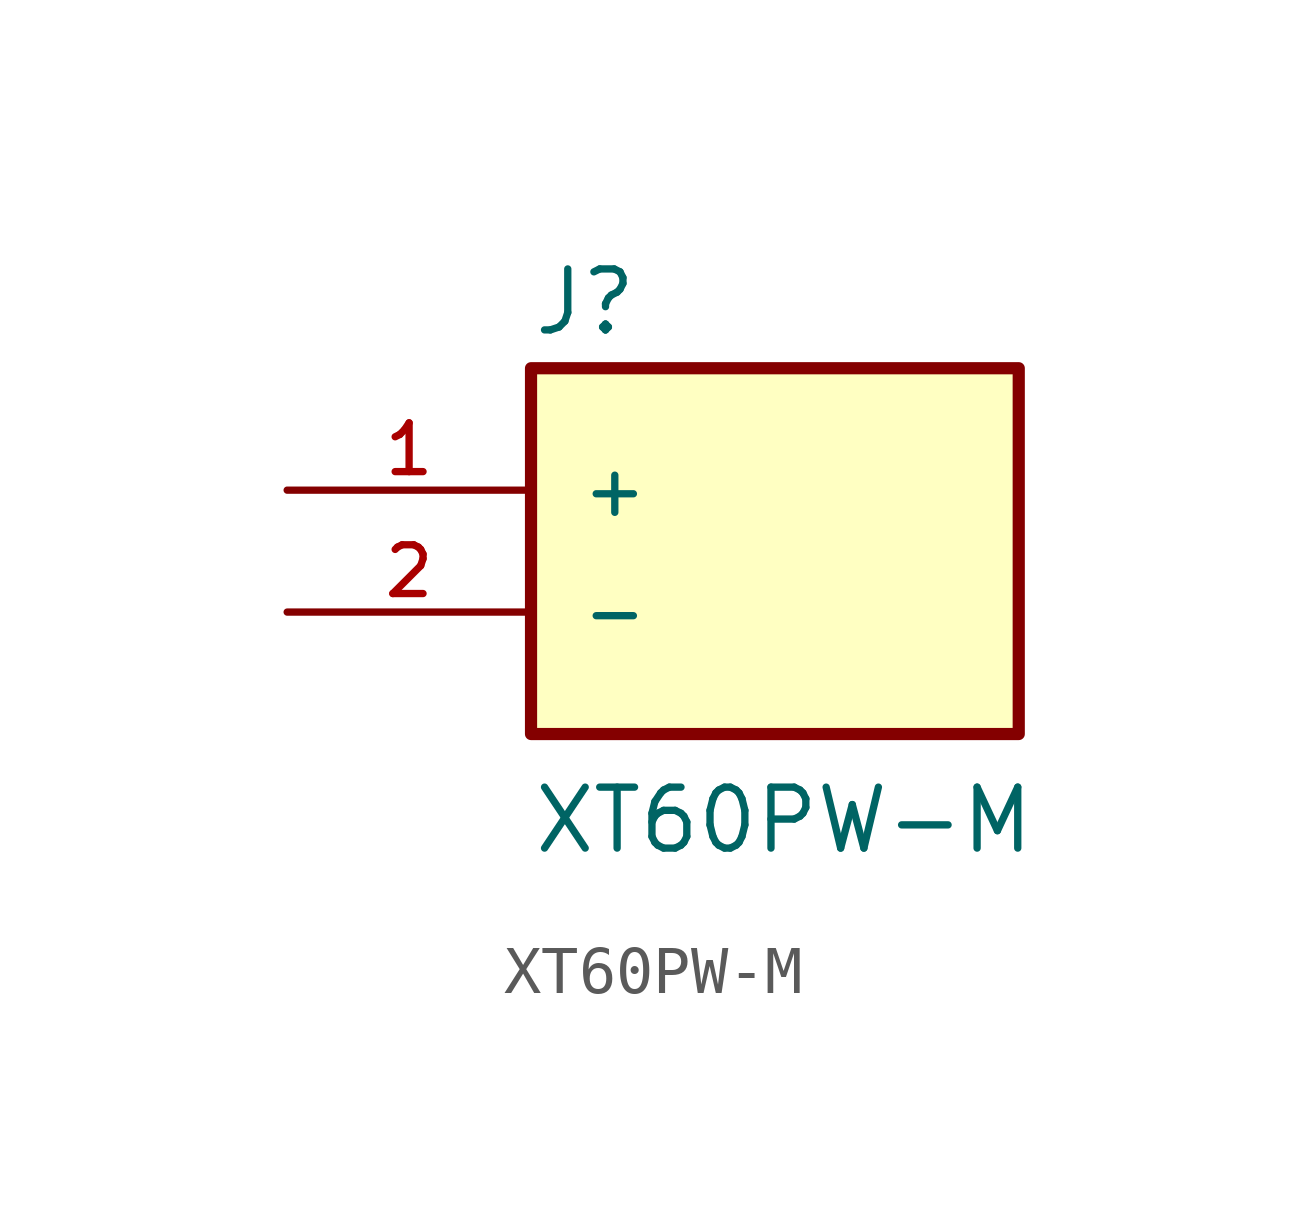
<source format=kicad_sym>
(kicad_symbol_lib
  (version 20211014)
  (generator kicad_symbol_editor)
  (symbol "XT60PW-M"
    (pin_names
      (offset 1.016))
    (property "Reference" "J"
      (at -5.08 5.715 0)
      (effects (font (size 1.27 1.27)) (justify left bottom)))
    (property "Value" "XT60PW-M"
      (at -5.08 -5.08 0)
      (effects (font (size 1.27 1.27)) (justify left bottom)))
    (property "MANUFACTURER" ""
      (at 0 0 0)
      (effects (font (size 1.27 1.27)) (justify left bottom)))
    (property "ki_locked" ""
      (at 0 0 0)
      (effects (font (size 1.27 1.27))))
    (symbol "XT60PW-M_0_0"
      (rectangle (start -5.08 -2.54) (end 5.08 5.08) (stroke (width 0.254) (type default) (color 0 0 0 0)) (fill (type background)))
      (pin passive line (at -10.16 2.54 0) (length 5.08) (name "+" (effects (font (size 1.016 1.016)))) (number "1" (effects (font (size 1.016 1.016)))))
      (pin passive line (at -10.16 0 0) (length 5.08) (name "-" (effects (font (size 1.016 1.016)))) (number "2" (effects (font (size 1.016 1.016))))))))
</source>
